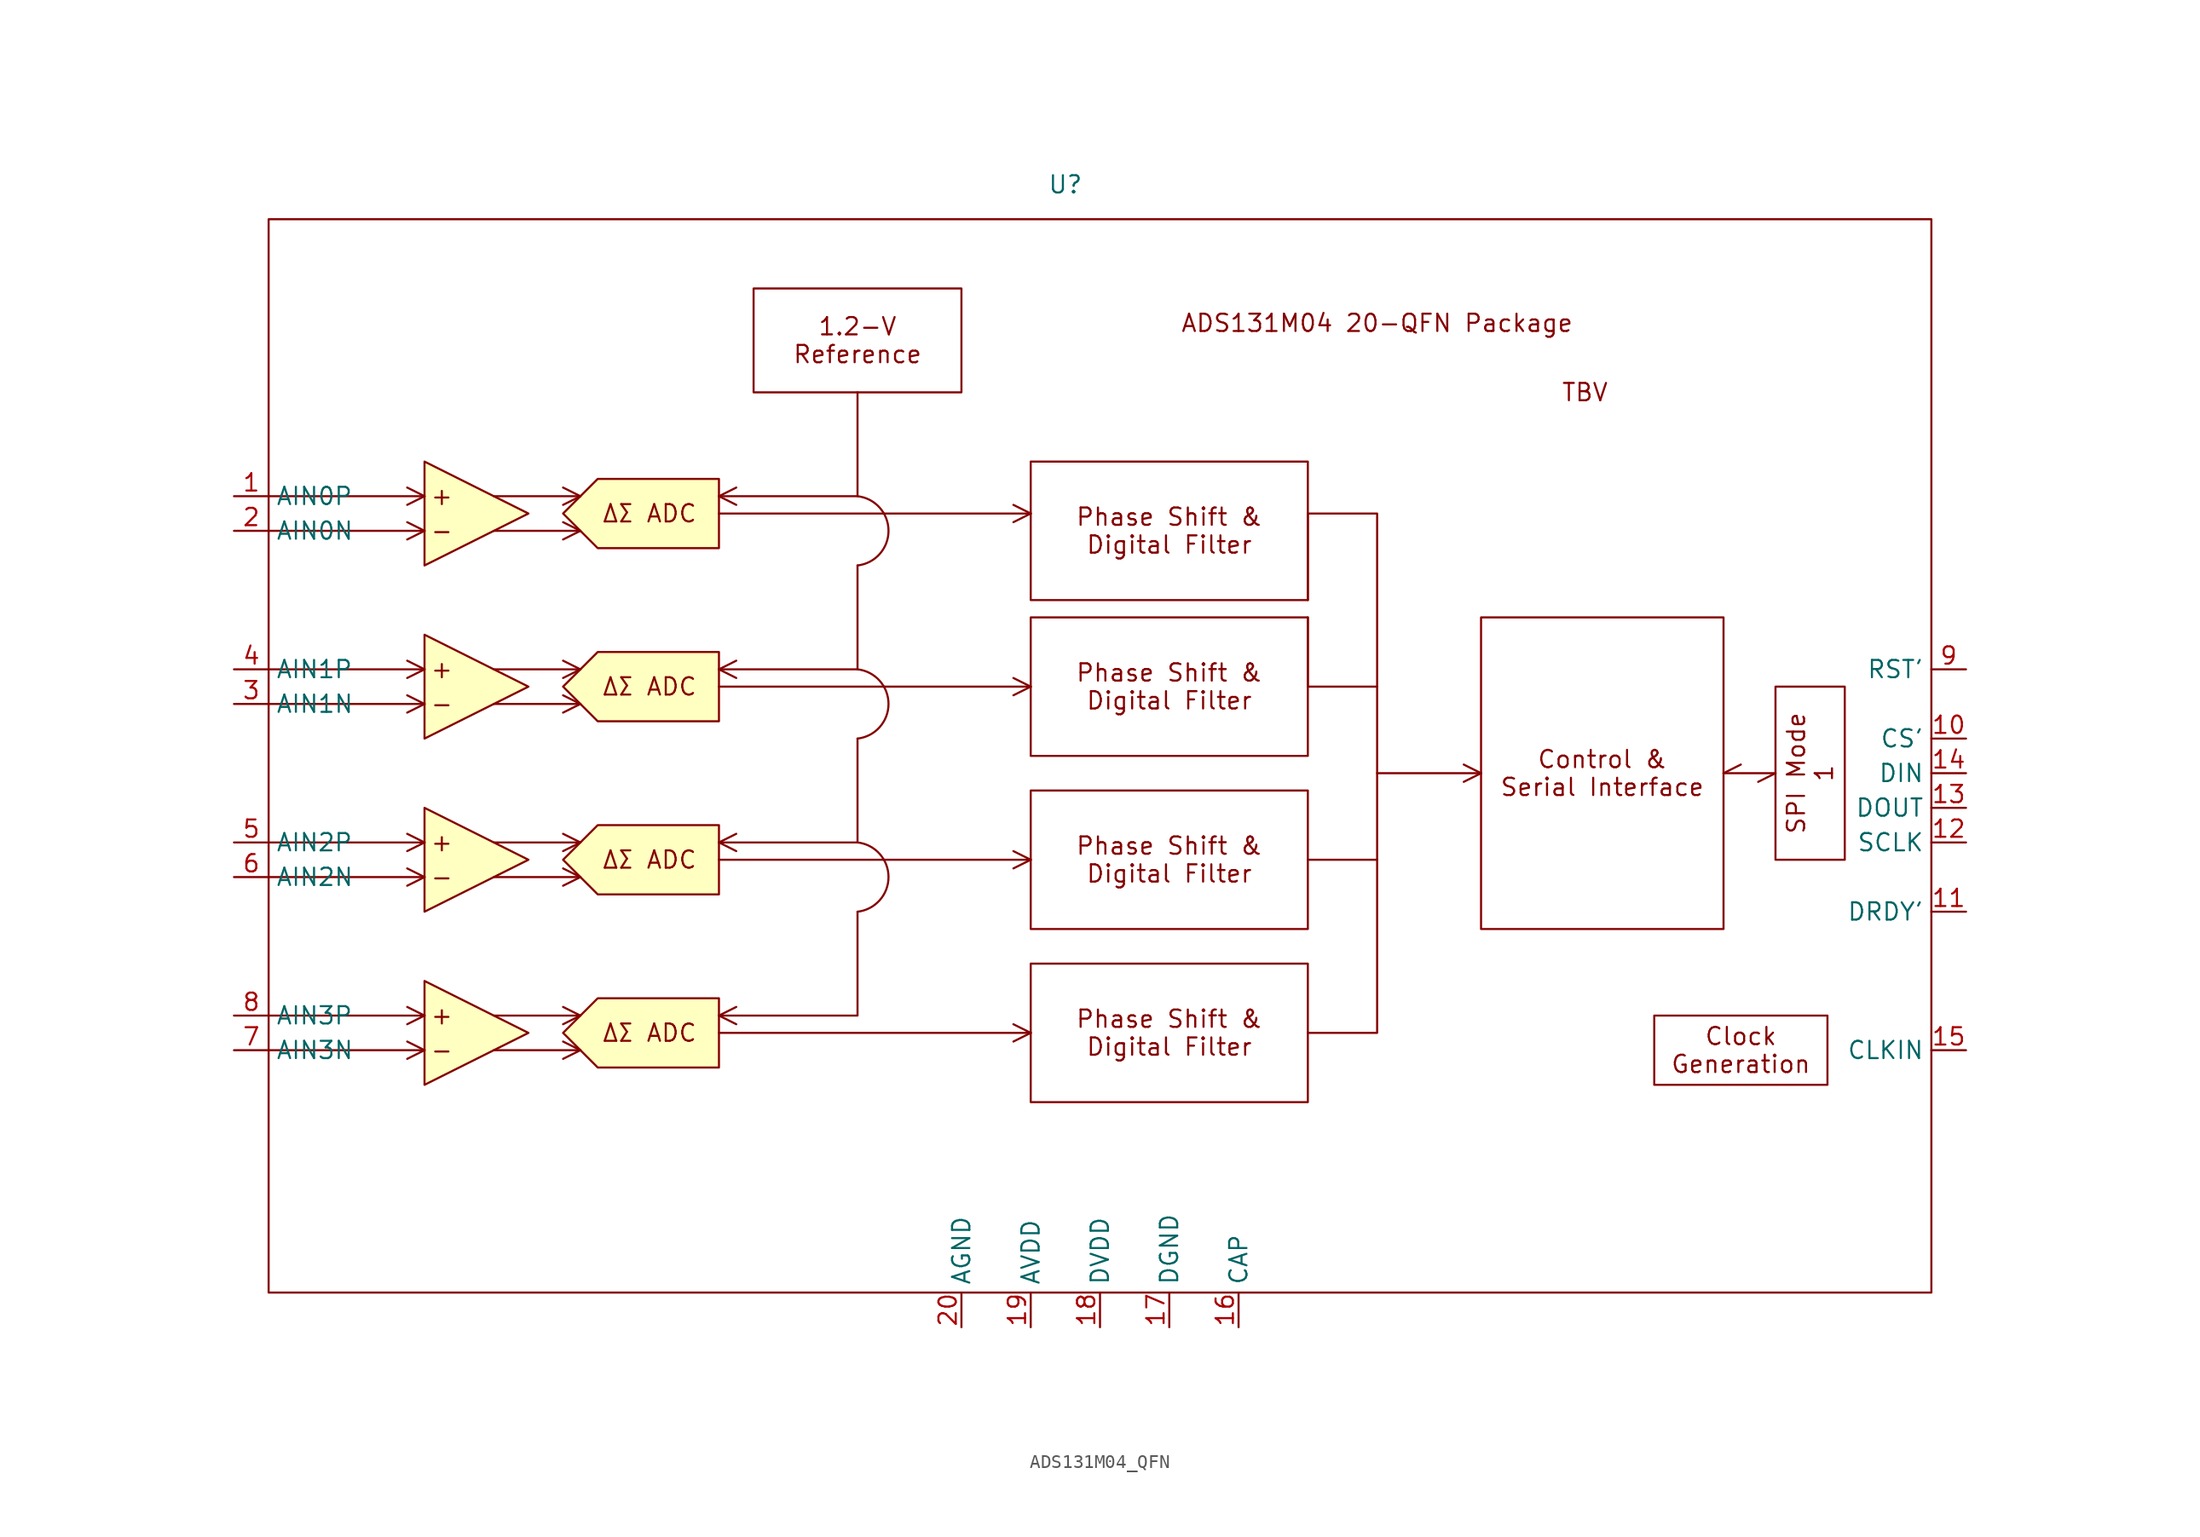
<source format=kicad_sym>
(kicad_symbol_lib
  (version 20220914)
  (generator kicad_symbol_editor)
  (symbol "ADS131M04_QFN"
    (property "Reference" "U"
      (at 30.48 30.48 0)
      (effects (font (size 1.27 1.27))))
    (property "Value" ""
      (at 91.44 -15.24 0)
      (effects (font (size 1.27 1.27))))
    (symbol "ADS131M04_QFN_1_1"
      (rectangle (start -27.94 27.94) (end 93.98 -50.8) (stroke (width 0) (type default)) (fill (type none)))
      (polyline (pts (xy -27.94 -33.02) (xy -16.51 -33.02)) (stroke (width 0) (type default)) (fill (type none)))
      (polyline (pts (xy -27.94 -30.48) (xy -16.51 -30.48)) (stroke (width 0) (type default)) (fill (type none)))
      (polyline (pts (xy -27.94 -20.32) (xy -16.51 -20.32)) (stroke (width 0) (type default)) (fill (type none)))
      (polyline (pts (xy -27.94 -17.78) (xy -16.51 -17.78)) (stroke (width 0) (type default)) (fill (type none)))
      (polyline (pts (xy -27.94 -7.62) (xy -16.51 -7.62)) (stroke (width 0) (type default)) (fill (type none)))
      (polyline (pts (xy -27.94 -5.08) (xy -16.51 -5.08)) (stroke (width 0) (type default)) (fill (type none)))
      (polyline (pts (xy -27.94 5.08) (xy -16.51 5.08)) (stroke (width 0) (type default)) (fill (type none)))
      (polyline (pts (xy -27.94 7.62) (xy -16.51 7.62)) (stroke (width 0) (type default)) (fill (type none)))
      (polyline (pts (xy -16.51 -33.02) (xy -17.78 -33.655)) (stroke (width 0) (type default)) (fill (type color) (color 0 0 0 0)))
      (polyline (pts (xy -16.51 -33.02) (xy -17.78 -32.385)) (stroke (width 0) (type default)) (fill (type color) (color 0 0 0 0)))
      (polyline (pts (xy -16.51 -30.48) (xy -17.78 -31.115)) (stroke (width 0) (type default)) (fill (type color) (color 0 0 0 0)))
      (polyline (pts (xy -16.51 -30.48) (xy -17.78 -29.845)) (stroke (width 0) (type default)) (fill (type color) (color 0 0 0 0)))
      (polyline (pts (xy -16.51 -20.32) (xy -17.78 -20.955)) (stroke (width 0) (type default)) (fill (type color) (color 0 0 0 0)))
      (polyline (pts (xy -16.51 -20.32) (xy -17.78 -19.685)) (stroke (width 0) (type default)) (fill (type color) (color 0 0 0 0)))
      (polyline (pts (xy -16.51 -17.78) (xy -17.78 -18.415)) (stroke (width 0) (type default)) (fill (type color) (color 0 0 0 0)))
      (polyline (pts (xy -16.51 -17.78) (xy -17.78 -17.145)) (stroke (width 0) (type default)) (fill (type color) (color 0 0 0 0)))
      (polyline (pts (xy -16.51 -7.62) (xy -17.78 -8.255)) (stroke (width 0) (type default)) (fill (type color) (color 0 0 0 0)))
      (polyline (pts (xy -16.51 -7.62) (xy -17.78 -6.985)) (stroke (width 0) (type default)) (fill (type color) (color 0 0 0 0)))
      (polyline (pts (xy -16.51 -5.08) (xy -17.78 -5.715)) (stroke (width 0) (type default)) (fill (type color) (color 0 0 0 0)))
      (polyline (pts (xy -16.51 -5.08) (xy -17.78 -4.445)) (stroke (width 0) (type default)) (fill (type color) (color 0 0 0 0)))
      (polyline (pts (xy -16.51 5.08) (xy -17.78 4.445)) (stroke (width 0) (type default)) (fill (type color) (color 0 0 0 0)))
      (polyline (pts (xy -16.51 5.08) (xy -17.78 5.715)) (stroke (width 0) (type default)) (fill (type color) (color 0 0 0 0)))
      (polyline (pts (xy -16.51 7.62) (xy -17.78 6.985)) (stroke (width 0) (type default)) (fill (type color) (color 0 0 0 0)))
      (polyline (pts (xy -16.51 7.62) (xy -17.78 8.255)) (stroke (width 0) (type default)) (fill (type color) (color 0 0 0 0)))
      (polyline (pts (xy -11.43 -33.02) (xy -5.08 -33.02)) (stroke (width 0) (type default)) (fill (type none)))
      (polyline (pts (xy -11.43 -30.48) (xy -5.08 -30.48)) (stroke (width 0) (type default)) (fill (type none)))
      (polyline (pts (xy -11.43 -20.32) (xy -5.08 -20.32)) (stroke (width 0) (type default)) (fill (type none)))
      (polyline (pts (xy -11.43 -17.78) (xy -5.08 -17.78)) (stroke (width 0) (type default)) (fill (type none)))
      (polyline (pts (xy -11.43 -7.62) (xy -5.08 -7.62)) (stroke (width 0) (type default)) (fill (type none)))
      (polyline (pts (xy -11.43 -5.08) (xy -5.08 -5.08)) (stroke (width 0) (type default)) (fill (type none)))
      (polyline (pts (xy -11.43 5.08) (xy -5.08 5.08)) (stroke (width 0) (type default)) (fill (type none)))
      (polyline (pts (xy -11.43 7.62) (xy -5.08 7.62)) (stroke (width 0) (type default)) (fill (type none)))
      (polyline (pts (xy -5.08 -33.02) (xy -6.35 -33.655)) (stroke (width 0) (type default)) (fill (type color) (color 0 0 0 0)))
      (polyline (pts (xy -5.08 -33.02) (xy -6.35 -32.385)) (stroke (width 0) (type default)) (fill (type color) (color 0 0 0 0)))
      (polyline (pts (xy -5.08 -30.48) (xy -6.35 -31.115)) (stroke (width 0) (type default)) (fill (type color) (color 0 0 0 0)))
      (polyline (pts (xy -5.08 -30.48) (xy -6.35 -29.845)) (stroke (width 0) (type default)) (fill (type color) (color 0 0 0 0)))
      (polyline (pts (xy -5.08 -20.32) (xy -6.35 -20.955)) (stroke (width 0) (type default)) (fill (type color) (color 0 0 0 0)))
      (polyline (pts (xy -5.08 -20.32) (xy -6.35 -19.685)) (stroke (width 0) (type default)) (fill (type color) (color 0 0 0 0)))
      (polyline (pts (xy -5.08 -17.78) (xy -6.35 -18.415)) (stroke (width 0) (type default)) (fill (type color) (color 0 0 0 0)))
      (polyline (pts (xy -5.08 -17.78) (xy -6.35 -17.145)) (stroke (width 0) (type default)) (fill (type color) (color 0 0 0 0)))
      (polyline (pts (xy -5.08 -7.62) (xy -6.35 -8.255)) (stroke (width 0) (type default)) (fill (type color) (color 0 0 0 0)))
      (polyline (pts (xy -5.08 -7.62) (xy -6.35 -6.985)) (stroke (width 0) (type default)) (fill (type color) (color 0 0 0 0)))
      (polyline (pts (xy -5.08 -5.08) (xy -6.35 -5.715)) (stroke (width 0) (type default)) (fill (type color) (color 0 0 0 0)))
      (polyline (pts (xy -5.08 -5.08) (xy -6.35 -4.445)) (stroke (width 0) (type default)) (fill (type color) (color 0 0 0 0)))
      (polyline (pts (xy -5.08 5.08) (xy -6.35 4.445)) (stroke (width 0) (type default)) (fill (type color) (color 0 0 0 0)))
      (polyline (pts (xy -5.08 5.08) (xy -6.35 5.715)) (stroke (width 0) (type default)) (fill (type color) (color 0 0 0 0)))
      (polyline (pts (xy -5.08 7.62) (xy -6.35 6.985)) (stroke (width 0) (type default)) (fill (type color) (color 0 0 0 0)))
      (polyline (pts (xy -5.08 7.62) (xy -6.35 8.255)) (stroke (width 0) (type default)) (fill (type color) (color 0 0 0 0)))
      (polyline (pts (xy 5.08 -31.75) (xy 27.94 -31.75)) (stroke (width 0) (type default)) (fill (type color) (color 0 0 0 0)))
      (polyline (pts (xy 5.08 -30.48) (xy 6.35 -31.115)) (stroke (width 0) (type default)) (fill (type color) (color 0 0 0 0)))
      (polyline (pts (xy 5.08 -30.48) (xy 6.35 -29.845)) (stroke (width 0) (type default)) (fill (type color) (color 0 0 0 0)))
      (polyline (pts (xy 5.08 -19.05) (xy 27.94 -19.05)) (stroke (width 0) (type default)) (fill (type color) (color 0 0 0 0)))
      (polyline (pts (xy 5.08 -17.78) (xy 6.35 -18.415)) (stroke (width 0) (type default)) (fill (type color) (color 0 0 0 0)))
      (polyline (pts (xy 5.08 -17.78) (xy 6.35 -17.145)) (stroke (width 0) (type default)) (fill (type color) (color 0 0 0 0)))
      (polyline (pts (xy 5.08 -6.35) (xy 27.94 -6.35)) (stroke (width 0) (type default)) (fill (type color) (color 0 0 0 0)))
      (polyline (pts (xy 5.08 -5.08) (xy 6.35 -5.715)) (stroke (width 0) (type default)) (fill (type color) (color 0 0 0 0)))
      (polyline (pts (xy 5.08 -5.08) (xy 6.35 -4.445)) (stroke (width 0) (type default)) (fill (type color) (color 0 0 0 0)))
      (polyline (pts (xy 5.08 6.35) (xy 27.94 6.35)) (stroke (width 0) (type default)) (fill (type color) (color 0 0 0 0)))
      (polyline (pts (xy 5.08 7.62) (xy 6.35 6.985)) (stroke (width 0) (type default)) (fill (type color) (color 0 0 0 0)))
      (polyline (pts (xy 5.08 7.62) (xy 6.35 8.255)) (stroke (width 0) (type default)) (fill (type color) (color 0 0 0 0)))
      (polyline (pts (xy 27.94 -31.75) (xy 26.67 -32.385)) (stroke (width 0) (type default)) (fill (type color) (color 0 0 0 0)))
      (polyline (pts (xy 27.94 -31.75) (xy 26.67 -31.115)) (stroke (width 0) (type default)) (fill (type color) (color 0 0 0 0)))
      (polyline (pts (xy 27.94 -19.05) (xy 26.67 -19.685)) (stroke (width 0) (type default)) (fill (type color) (color 0 0 0 0)))
      (polyline (pts (xy 27.94 -19.05) (xy 26.67 -18.415)) (stroke (width 0) (type default)) (fill (type color) (color 0 0 0 0)))
      (polyline (pts (xy 27.94 -6.35) (xy 26.67 -6.985)) (stroke (width 0) (type default)) (fill (type color) (color 0 0 0 0)))
      (polyline (pts (xy 27.94 -6.35) (xy 26.67 -5.715)) (stroke (width 0) (type default)) (fill (type color) (color 0 0 0 0)))
      (polyline (pts (xy 27.94 6.35) (xy 26.67 5.715)) (stroke (width 0) (type default)) (fill (type color) (color 0 0 0 0)))
      (polyline (pts (xy 27.94 6.35) (xy 26.67 6.985)) (stroke (width 0) (type default)) (fill (type color) (color 0 0 0 0)))
      (polyline (pts (xy 48.26 -1.27) (xy 48.26 -6.35)) (stroke (width 0) (type default)) (fill (type color) (color 0 0 0 0)))
      (polyline (pts (xy 48.26 6.35) (xy 48.26 0)) (stroke (width 0) (type default)) (fill (type color) (color 0 0 0 0)))
      (polyline (pts (xy 53.34 -12.7) (xy 60.96 -12.7)) (stroke (width 0) (type default)) (fill (type color) (color 0 0 0 0)))
      (polyline (pts (xy 60.96 -12.7) (xy 59.69 -13.335)) (stroke (width 0) (type default)) (fill (type color) (color 0 0 0 0)))
      (polyline (pts (xy 60.96 -12.7) (xy 59.69 -12.065)) (stroke (width 0) (type default)) (fill (type color) (color 0 0 0 0)))
      (polyline (pts (xy 78.74 -12.7) (xy 80.01 -12.065)) (stroke (width 0) (type default)) (fill (type color) (color 0 0 0 0)))
      (polyline (pts (xy 82.55 -12.7) (xy 78.74 -12.7)) (stroke (width 0) (type default)) (fill (type color) (color 0 0 0 0)))
      (polyline (pts (xy 82.55 -12.7) (xy 81.28 -13.335)) (stroke (width 0) (type default)) (fill (type color) (color 0 0 0 0)))
      (polyline (pts (xy 15.24 -22.86) (xy 15.24 -30.48) (xy 5.08 -30.48)) (stroke (width 0) (type default)) (fill (type color) (color 0 0 0 0)))
      (polyline (pts (xy 15.24 -10.16) (xy 15.24 -17.78) (xy 5.08 -17.78)) (stroke (width 0) (type default)) (fill (type color) (color 0 0 0 0)))
      (polyline (pts (xy 15.24 2.54) (xy 15.24 -5.08) (xy 5.08 -5.08)) (stroke (width 0) (type default)) (fill (type color) (color 0 0 0 0)))
      (polyline (pts (xy 15.24 15.24) (xy 15.24 7.62) (xy 5.08 7.62)) (stroke (width 0) (type default)) (fill (type color) (color 0 0 0 0)))
      (polyline (pts (xy 48.26 -31.75) (xy 53.34 -31.75) (xy 53.34 -19.05)) (stroke (width 0) (type default)) (fill (type none)))
      (polyline (pts (xy 48.26 -19.05) (xy 53.34 -19.05) (xy 53.34 -6.35)) (stroke (width 0) (type default)) (fill (type none)))
      (polyline (pts (xy -16.51 -35.56) (xy -8.89 -31.75) (xy -16.51 -27.94) (xy -16.51 -35.56)) (stroke (width 0) (type default)) (fill (type background)))
      (polyline (pts (xy -16.51 -22.86) (xy -8.89 -19.05) (xy -16.51 -15.24) (xy -16.51 -22.86)) (stroke (width 0) (type default)) (fill (type background)))
      (polyline (pts (xy -16.51 -10.16) (xy -8.89 -6.35) (xy -16.51 -2.54) (xy -16.51 -10.16)) (stroke (width 0) (type default)) (fill (type background)))
      (polyline (pts (xy -16.51 2.54) (xy -8.89 6.35) (xy -16.51 10.16) (xy -16.51 2.54)) (stroke (width 0) (type default)) (fill (type background)))
      (polyline (pts (xy 48.26 6.35) (xy 53.34 6.35) (xy 53.34 -6.35) (xy 48.26 -6.35)) (stroke (width 0) (type default)) (fill (type color) (color 0 0 0 0)))
      (polyline (pts (xy -6.35 -31.75) (xy -3.81 -29.21) (xy 5.08 -29.21) (xy 5.08 -34.29) (xy -3.81 -34.29) (xy -6.35 -31.75)) (stroke (width 0) (type default)) (fill (type background)))
      (polyline (pts (xy -6.35 -19.05) (xy -3.81 -16.51) (xy 5.08 -16.51) (xy 5.08 -21.59) (xy -3.81 -21.59) (xy -6.35 -19.05)) (stroke (width 0) (type default)) (fill (type background)))
      (polyline (pts (xy -6.35 -6.35) (xy -3.81 -3.81) (xy 5.08 -3.81) (xy 5.08 -8.89) (xy -3.81 -8.89) (xy -6.35 -6.35)) (stroke (width 0) (type default)) (fill (type background)))
      (polyline (pts (xy -6.35 6.35) (xy -3.81 8.89) (xy 5.08 8.89) (xy 5.08 3.81) (xy -3.81 3.81) (xy -6.35 6.35)) (stroke (width 0) (type default)) (fill (type background)))
      (arc (start 15.24 -22.86) (mid 17.5127 -20.32) (end 15.24 -17.78) (stroke (width 0) (type default)) (fill (type color) (color 0 0 0 0)))
      (arc (start 15.24 -10.16) (mid 17.5127 -7.62) (end 15.24 -5.08) (stroke (width 0) (type default)) (fill (type color) (color 0 0 0 0)))
      (arc (start 15.24 2.54) (mid 17.5127 5.08) (end 15.24 7.62) (stroke (width 0) (type default)) (fill (type color) (color 0 0 0 0)))
      (text "+" (at -15.24 -30.48 0) (effects (font (size 1.27 1.27))))
      (text "+" (at -15.24 -17.78 0) (effects (font (size 1.27 1.27))))
      (text "+" (at -15.24 -5.08 0) (effects (font (size 1.27 1.27))))
      (text "+" (at -15.24 7.62 0) (effects (font (size 1.27 1.27))))
      (text "-" (at -15.24 -33.02 0) (effects (font (size 1.27 1.27))))
      (text "-" (at -15.24 -20.32 0) (effects (font (size 1.27 1.27))))
      (text "-" (at -15.24 -7.62 0) (effects (font (size 1.27 1.27))))
      (text "-" (at -15.24 5.08 0) (effects (font (size 1.27 1.27))))
      (text "ADS131M04 20-QFN Package" (at 53.34 20.32 0) (effects (font (size 1.27 1.27))))
      (text "TBV" (at 68.58 15.24 0) (effects (font (size 1.27 1.27))))
      (text "ΔΣ ADC" (at 0 -31.75 0) (effects (font (size 1.27 1.27))))
      (text "ΔΣ ADC" (at 0 -19.05 0) (effects (font (size 1.27 1.27))))
      (text "ΔΣ ADC" (at 0 -6.35 0) (effects (font (size 1.27 1.27))))
      (text "ΔΣ ADC" (at 0 6.35 0) (effects (font (size 1.27 1.27))))
      (text_box "1.2-V\nReference" (at 7.62 22.86 0) (size 15.24 -7.62) (stroke (width 0) (type default)) (fill (type color) (color 0 0 0 0)) (effects (font (size 1.27 1.27))))
      (text_box "Clock\nGeneration" (at 73.66 -30.48 0) (size 12.7 -5.08) (stroke (width 0) (type default)) (fill (type color) (color 0 0 0 0)) (effects (font (size 1.27 1.27))))
      (text_box "Control &\nSerial Interface" (at 60.96 -1.27 0) (size 17.78 -22.86) (stroke (width 0) (type default)) (fill (type color) (color 0 0 0 0)) (effects (font (size 1.27 1.27))))
      (text_box "Phase Shift &\nDigital Filter" (at 27.94 -26.67 0) (size 20.32 -10.16) (stroke (width 0) (type default)) (fill (type color) (color 0 0 0 0)) (effects (font (size 1.27 1.27))))
      (text_box "Phase Shift &\nDigital Filter" (at 27.94 -13.97 0) (size 20.32 -10.16) (stroke (width 0) (type default)) (fill (type color) (color 0 0 0 0)) (effects (font (size 1.27 1.27))))
      (text_box "Phase Shift &\nDigital Filter" (at 27.94 -1.27 0) (size 20.32 -10.16) (stroke (width 0) (type default)) (fill (type color) (color 0 0 0 0)) (effects (font (size 1.27 1.27))))
      (text_box "Phase Shift &\nDigital Filter" (at 27.94 10.16 0) (size 20.32 -10.16) (stroke (width 0) (type default)) (fill (type color) (color 0 0 0 0)) (effects (font (size 1.27 1.27))))
      (text_box "SPI Mode 1" (at 82.55 -6.35 90) (size 5.08 -12.7) (stroke (width 0) (type default)) (fill (type color) (color 0 0 0 0)) (effects (font (size 1.27 1.27))))
      (pin input line (at -30.48 7.62 0) (length 2.54) (name "AIN0P" (effects (font (size 1.27 1.27)))) (number "1" (effects (font (size 1.27 1.27)))))
      (pin input line (at 96.52 -10.16 180) (length 2.54) (name "CS'" (effects (font (size 1.27 1.27)))) (number "10" (effects (font (size 1.27 1.27)))))
      (pin input line (at 96.52 -22.86 180) (length 2.54) (name "DRDY'" (effects (font (size 1.27 1.27)))) (number "11" (effects (font (size 1.27 1.27)))))
      (pin input line (at 96.52 -17.78 180) (length 2.54) (name "SCLK" (effects (font (size 1.27 1.27)))) (number "12" (effects (font (size 1.27 1.27)))))
      (pin input line (at 96.52 -15.24 180) (length 2.54) (name "DOUT" (effects (font (size 1.27 1.27)))) (number "13" (effects (font (size 1.27 1.27)))))
      (pin input line (at 96.52 -12.7 180) (length 2.54) (name "DIN" (effects (font (size 1.27 1.27)))) (number "14" (effects (font (size 1.27 1.27)))))
      (pin input line (at 96.52 -33.02 180) (length 2.54) (name "CLKIN" (effects (font (size 1.27 1.27)))) (number "15" (effects (font (size 1.27 1.27)))))
      (pin input line (at 43.18 -53.34 90) (length 2.54) (name "CAP" (effects (font (size 1.27 1.27)))) (number "16" (effects (font (size 1.27 1.27)))))
      (pin input line (at 38.1 -53.34 90) (length 2.54) (name "DGND" (effects (font (size 1.27 1.27)))) (number "17" (effects (font (size 1.27 1.27)))))
      (pin input line (at 33.02 -53.34 90) (length 2.54) (name "DVDD" (effects (font (size 1.27 1.27)))) (number "18" (effects (font (size 1.27 1.27)))))
      (pin input line (at 27.94 -53.34 90) (length 2.54) (name "AVDD" (effects (font (size 1.27 1.27)))) (number "19" (effects (font (size 1.27 1.27)))))
      (pin input line (at -30.48 5.08 0) (length 2.54) (name "AIN0N" (effects (font (size 1.27 1.27)))) (number "2" (effects (font (size 1.27 1.27)))))
      (pin input line (at 22.86 -53.34 90) (length 2.54) (name "AGND" (effects (font (size 1.27 1.27)))) (number "20" (effects (font (size 1.27 1.27)))))
      (pin input line (at -30.48 -7.62 0) (length 2.54) (name "AIN1N" (effects (font (size 1.27 1.27)))) (number "3" (effects (font (size 1.27 1.27)))))
      (pin input line (at -30.48 -5.08 0) (length 2.54) (name "AIN1P" (effects (font (size 1.27 1.27)))) (number "4" (effects (font (size 1.27 1.27)))))
      (pin input line (at -30.48 -17.78 0) (length 2.54) (name "AIN2P" (effects (font (size 1.27 1.27)))) (number "5" (effects (font (size 1.27 1.27)))))
      (pin input line (at -30.48 -20.32 0) (length 2.54) (name "AIN2N" (effects (font (size 1.27 1.27)))) (number "6" (effects (font (size 1.27 1.27)))))
      (pin input line (at -30.48 -33.02 0) (length 2.54) (name "AIN3N" (effects (font (size 1.27 1.27)))) (number "7" (effects (font (size 1.27 1.27)))))
      (pin input line (at -30.48 -30.48 0) (length 2.54) (name "AIN3P" (effects (font (size 1.27 1.27)))) (number "8" (effects (font (size 1.27 1.27)))))
      (pin input line (at 96.52 -5.08 180) (length 2.54) (name "RST'" (effects (font (size 1.27 1.27)))) (number "9" (effects (font (size 1.27 1.27)))))
      (pin input line (at 22.86 -53.34 90) (length 2.54) hide (name "PAD" (effects (font (size 1.27 1.27)))) (number "PAD" (effects (font (size 1.27 1.27))))))))
</source>
